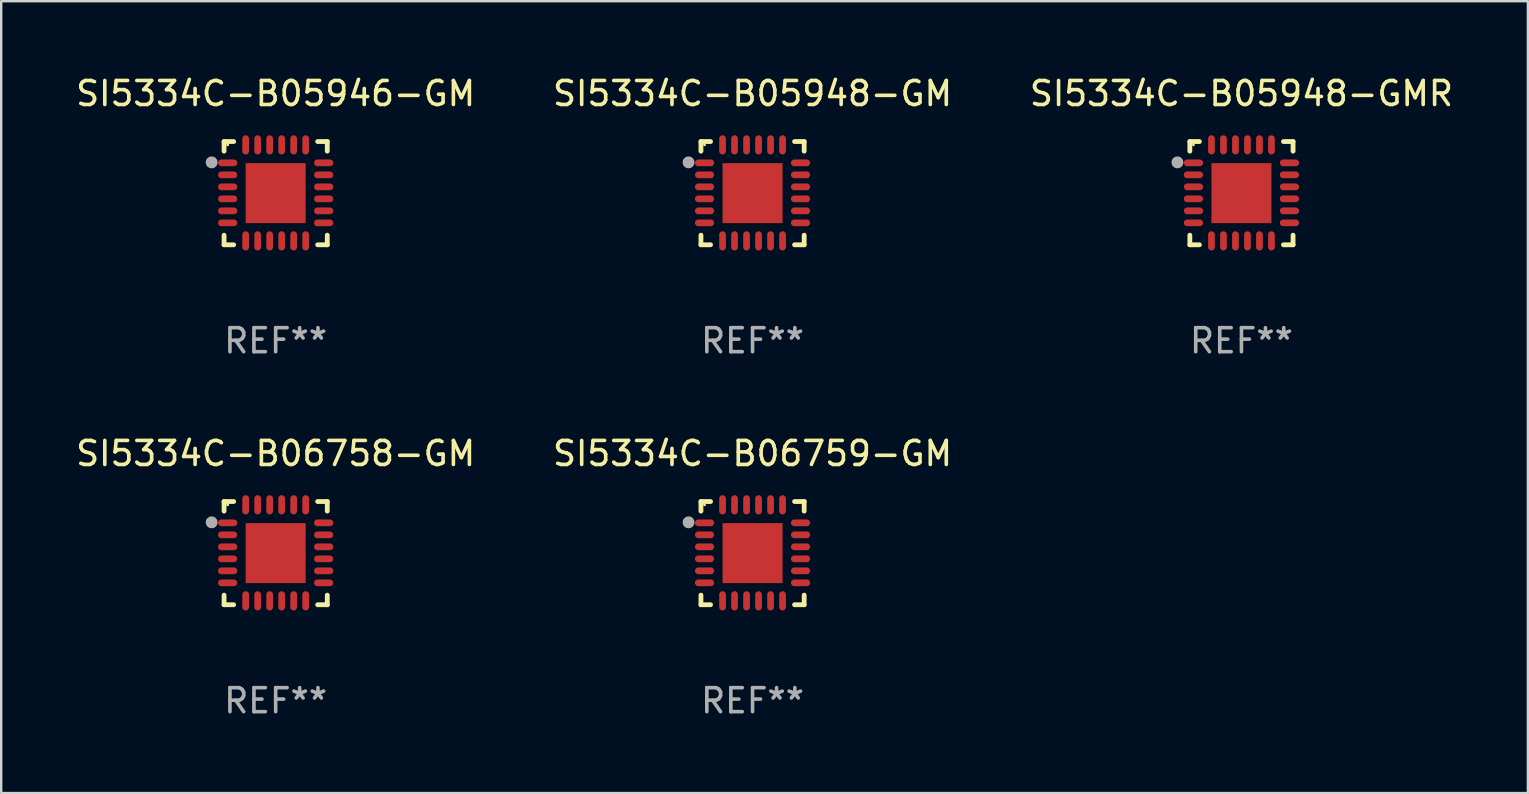
<source format=kicad_pcb>
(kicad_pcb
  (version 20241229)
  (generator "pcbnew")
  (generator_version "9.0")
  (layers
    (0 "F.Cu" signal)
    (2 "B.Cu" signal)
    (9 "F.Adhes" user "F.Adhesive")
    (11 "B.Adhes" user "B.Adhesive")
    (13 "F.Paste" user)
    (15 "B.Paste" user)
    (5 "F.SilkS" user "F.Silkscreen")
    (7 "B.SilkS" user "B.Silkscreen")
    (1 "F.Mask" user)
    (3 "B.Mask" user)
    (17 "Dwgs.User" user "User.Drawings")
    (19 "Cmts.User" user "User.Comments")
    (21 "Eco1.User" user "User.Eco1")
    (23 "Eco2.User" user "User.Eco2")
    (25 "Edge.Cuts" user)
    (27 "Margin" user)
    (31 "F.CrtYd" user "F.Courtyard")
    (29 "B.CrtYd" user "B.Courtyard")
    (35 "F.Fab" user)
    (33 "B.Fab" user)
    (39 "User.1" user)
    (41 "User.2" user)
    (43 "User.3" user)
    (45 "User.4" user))
  (footprint "SI5334C-B05946-GM"
    (layer "F.Cu")
    (at 8.435 4.998)
    (property "Reference" "SI5334C-B05946-GM" (at 0 -4.15 0) (layer "F.SilkS") (effects (font (size 1 1) (thickness 0.15))))
    (attr through_hole)
    (fp_line (start -2.15 -2.15) (end -1.75 -2.15) (stroke (width 0.2) (type solid)) (layer "F.SilkS"))
    (fp_line (start -2.15 -1.75) (end -2.15 -2.15) (stroke (width 0.2) (type solid)) (layer "F.SilkS"))
    (fp_line (start -2.15 2.15) (end -2.15 1.75) (stroke (width 0.2) (type solid)) (layer "F.SilkS"))
    (fp_line (start -1.75 2.15) (end -2.15 2.15) (stroke (width 0.2) (type solid)) (layer "F.SilkS"))
    (fp_line (start 1.75 -2.15) (end 2.15 -2.15) (stroke (width 0.2) (type solid)) (layer "F.SilkS"))
    (fp_line (start 1.75 2.15) (end 2.15 2.15) (stroke (width 0.2) (type solid)) (layer "F.SilkS"))
    (fp_line (start 2.15 -2.15) (end 2.15 -1.75) (stroke (width 0.2) (type solid)) (layer "F.SilkS"))
    (fp_line (start 2.15 2.15) (end 2.15 1.75) (stroke (width 0.2) (type solid)) (layer "F.SilkS"))
    (fp_circle (center -2 -2.013) (end -1.97 -2.013) (stroke (width 0.06) (type solid)) (fill no) (layer "F.SilkS"))
    (fp_circle (center -2.667 -1.283) (end -2.542 -1.283) (stroke (width 0.25) (type solid)) (fill no) (layer "F.Fab"))
    (fp_text user "REF**" (at 0 6.15 0) (layer "F.Fab") (effects (font (size 1 1) (thickness 0.15))))
    (pad "1" smd oval (at -2 -1.263) (size 0.8 0.28) (layers "F.Cu" "F.Mask" "F.Paste"))
    (pad "2" smd oval (at -2 -0.763) (size 0.8 0.28) (layers "F.Cu" "F.Mask" "F.Paste"))
    (pad "3" smd oval (at -2 -0.263) (size 0.8 0.28) (layers "F.Cu" "F.Mask" "F.Paste"))
    (pad "4" smd oval (at -2 0.237) (size 0.8 0.28) (layers "F.Cu" "F.Mask" "F.Paste"))
    (pad "5" smd oval (at -2 0.737) (size 0.8 0.28) (layers "F.Cu" "F.Mask" "F.Paste"))
    (pad "6" smd oval (at -2 1.237) (size 0.8 0.28) (layers "F.Cu" "F.Mask" "F.Paste"))
    (pad "7" smd oval (at -1.25 1.987) (size 0.28 0.8) (layers "F.Cu" "F.Mask" "F.Paste"))
    (pad "8" smd oval (at -0.75 1.987) (size 0.28 0.8) (layers "F.Cu" "F.Mask" "F.Paste"))
    (pad "9" smd oval (at -0.25 1.987) (size 0.28 0.8) (layers "F.Cu" "F.Mask" "F.Paste"))
    (pad "10" smd oval (at 0.25 1.987) (size 0.28 0.8) (layers "F.Cu" "F.Mask" "F.Paste"))
    (pad "11" smd oval (at 0.75 1.987) (size 0.28 0.8) (layers "F.Cu" "F.Mask" "F.Paste"))
    (pad "12" smd oval (at 1.25 1.987) (size 0.28 0.8) (layers "F.Cu" "F.Mask" "F.Paste"))
    (pad "13" smd oval (at 2 1.237) (size 0.8 0.28) (layers "F.Cu" "F.Mask" "F.Paste"))
    (pad "14" smd oval (at 2 0.737) (size 0.8 0.28) (layers "F.Cu" "F.Mask" "F.Paste"))
    (pad "15" smd oval (at 2 0.237) (size 0.8 0.28) (layers "F.Cu" "F.Mask" "F.Paste"))
    (pad "16" smd oval (at 2 -0.263) (size 0.8 0.28) (layers "F.Cu" "F.Mask" "F.Paste"))
    (pad "17" smd oval (at 2 -0.763) (size 0.8 0.28) (layers "F.Cu" "F.Mask" "F.Paste"))
    (pad "18" smd oval (at 2 -1.263) (size 0.8 0.28) (layers "F.Cu" "F.Mask" "F.Paste"))
    (pad "19" smd oval (at 1.25 -2.013) (size 0.28 0.8) (layers "F.Cu" "F.Mask" "F.Paste"))
    (pad "20" smd oval (at 0.75 -2.013) (size 0.28 0.8) (layers "F.Cu" "F.Mask" "F.Paste"))
    (pad "21" smd oval (at 0.25 -2.013) (size 0.28 0.8) (layers "F.Cu" "F.Mask" "F.Paste"))
    (pad "22" smd oval (at -0.25 -2.013) (size 0.28 0.8) (layers "F.Cu" "F.Mask" "F.Paste"))
    (pad "23" smd oval (at -0.75 -2.013) (size 0.28 0.8) (layers "F.Cu" "F.Mask" "F.Paste"))
    (pad "24" smd oval (at -1.25 -2.013) (size 0.28 0.8) (layers "F.Cu" "F.Mask" "F.Paste"))
    (pad "25" smd rect (at -0.000127 -0.00014) (size 2.5 2.5) (layers "F.Cu" "F.Mask" "F.Paste")))
  (footprint "SI5334C-B06758-GM"
    (layer "F.Cu")
    (at 8.435 19.995)
    (property "Reference" "SI5334C-B06758-GM" (at 0 -4.15 0) (layer "F.SilkS") (effects (font (size 1 1) (thickness 0.15))))
    (attr through_hole)
    (fp_line (start -2.15 -2.15) (end -1.75 -2.15) (stroke (width 0.2) (type solid)) (layer "F.SilkS"))
    (fp_line (start -2.15 -1.75) (end -2.15 -2.15) (stroke (width 0.2) (type solid)) (layer "F.SilkS"))
    (fp_line (start -2.15 2.15) (end -2.15 1.75) (stroke (width 0.2) (type solid)) (layer "F.SilkS"))
    (fp_line (start -1.75 2.15) (end -2.15 2.15) (stroke (width 0.2) (type solid)) (layer "F.SilkS"))
    (fp_line (start 1.75 -2.15) (end 2.15 -2.15) (stroke (width 0.2) (type solid)) (layer "F.SilkS"))
    (fp_line (start 1.75 2.15) (end 2.15 2.15) (stroke (width 0.2) (type solid)) (layer "F.SilkS"))
    (fp_line (start 2.15 -2.15) (end 2.15 -1.75) (stroke (width 0.2) (type solid)) (layer "F.SilkS"))
    (fp_line (start 2.15 2.15) (end 2.15 1.75) (stroke (width 0.2) (type solid)) (layer "F.SilkS"))
    (fp_circle (center -2 -2.013) (end -1.97 -2.013) (stroke (width 0.06) (type solid)) (fill no) (layer "F.SilkS"))
    (fp_circle (center -2.667 -1.283) (end -2.542 -1.283) (stroke (width 0.25) (type solid)) (fill no) (layer "F.Fab"))
    (fp_text user "REF**" (at 0 6.15 0) (layer "F.Fab") (effects (font (size 1 1) (thickness 0.15))))
    (pad "1" smd oval (at -2 -1.263) (size 0.8 0.28) (layers "F.Cu" "F.Mask" "F.Paste"))
    (pad "2" smd oval (at -2 -0.763) (size 0.8 0.28) (layers "F.Cu" "F.Mask" "F.Paste"))
    (pad "3" smd oval (at -2 -0.263) (size 0.8 0.28) (layers "F.Cu" "F.Mask" "F.Paste"))
    (pad "4" smd oval (at -2 0.237) (size 0.8 0.28) (layers "F.Cu" "F.Mask" "F.Paste"))
    (pad "5" smd oval (at -2 0.737) (size 0.8 0.28) (layers "F.Cu" "F.Mask" "F.Paste"))
    (pad "6" smd oval (at -2 1.237) (size 0.8 0.28) (layers "F.Cu" "F.Mask" "F.Paste"))
    (pad "7" smd oval (at -1.25 1.987) (size 0.28 0.8) (layers "F.Cu" "F.Mask" "F.Paste"))
    (pad "8" smd oval (at -0.75 1.987) (size 0.28 0.8) (layers "F.Cu" "F.Mask" "F.Paste"))
    (pad "9" smd oval (at -0.25 1.987) (size 0.28 0.8) (layers "F.Cu" "F.Mask" "F.Paste"))
    (pad "10" smd oval (at 0.25 1.987) (size 0.28 0.8) (layers "F.Cu" "F.Mask" "F.Paste"))
    (pad "11" smd oval (at 0.75 1.987) (size 0.28 0.8) (layers "F.Cu" "F.Mask" "F.Paste"))
    (pad "12" smd oval (at 1.25 1.987) (size 0.28 0.8) (layers "F.Cu" "F.Mask" "F.Paste"))
    (pad "13" smd oval (at 2 1.237) (size 0.8 0.28) (layers "F.Cu" "F.Mask" "F.Paste"))
    (pad "14" smd oval (at 2 0.737) (size 0.8 0.28) (layers "F.Cu" "F.Mask" "F.Paste"))
    (pad "15" smd oval (at 2 0.237) (size 0.8 0.28) (layers "F.Cu" "F.Mask" "F.Paste"))
    (pad "16" smd oval (at 2 -0.263) (size 0.8 0.28) (layers "F.Cu" "F.Mask" "F.Paste"))
    (pad "17" smd oval (at 2 -0.763) (size 0.8 0.28) (layers "F.Cu" "F.Mask" "F.Paste"))
    (pad "18" smd oval (at 2 -1.263) (size 0.8 0.28) (layers "F.Cu" "F.Mask" "F.Paste"))
    (pad "19" smd oval (at 1.25 -2.013) (size 0.28 0.8) (layers "F.Cu" "F.Mask" "F.Paste"))
    (pad "20" smd oval (at 0.75 -2.013) (size 0.28 0.8) (layers "F.Cu" "F.Mask" "F.Paste"))
    (pad "21" smd oval (at 0.25 -2.013) (size 0.28 0.8) (layers "F.Cu" "F.Mask" "F.Paste"))
    (pad "22" smd oval (at -0.25 -2.013) (size 0.28 0.8) (layers "F.Cu" "F.Mask" "F.Paste"))
    (pad "23" smd oval (at -0.75 -2.013) (size 0.28 0.8) (layers "F.Cu" "F.Mask" "F.Paste"))
    (pad "24" smd oval (at -1.25 -2.013) (size 0.28 0.8) (layers "F.Cu" "F.Mask" "F.Paste"))
    (pad "25" smd rect (at -0.000127 -0.00014) (size 2.5 2.5) (layers "F.Cu" "F.Mask" "F.Paste")))
  (footprint "SI5334C-B05948-GM"
    (layer "F.Cu")
    (at 28.304 4.998)
    (property "Reference" "SI5334C-B05948-GM" (at 0 -4.15 0) (layer "F.SilkS") (effects (font (size 1 1) (thickness 0.15))))
    (attr through_hole)
    (fp_line (start -2.15 -2.15) (end -1.75 -2.15) (stroke (width 0.2) (type solid)) (layer "F.SilkS"))
    (fp_line (start -2.15 -1.75) (end -2.15 -2.15) (stroke (width 0.2) (type solid)) (layer "F.SilkS"))
    (fp_line (start -2.15 2.15) (end -2.15 1.75) (stroke (width 0.2) (type solid)) (layer "F.SilkS"))
    (fp_line (start -1.75 2.15) (end -2.15 2.15) (stroke (width 0.2) (type solid)) (layer "F.SilkS"))
    (fp_line (start 1.75 -2.15) (end 2.15 -2.15) (stroke (width 0.2) (type solid)) (layer "F.SilkS"))
    (fp_line (start 1.75 2.15) (end 2.15 2.15) (stroke (width 0.2) (type solid)) (layer "F.SilkS"))
    (fp_line (start 2.15 -2.15) (end 2.15 -1.75) (stroke (width 0.2) (type solid)) (layer "F.SilkS"))
    (fp_line (start 2.15 2.15) (end 2.15 1.75) (stroke (width 0.2) (type solid)) (layer "F.SilkS"))
    (fp_circle (center -2 -2.013) (end -1.97 -2.013) (stroke (width 0.06) (type solid)) (fill no) (layer "F.SilkS"))
    (fp_circle (center -2.667 -1.283) (end -2.542 -1.283) (stroke (width 0.25) (type solid)) (fill no) (layer "F.Fab"))
    (fp_text user "REF**" (at 0 6.15 0) (layer "F.Fab") (effects (font (size 1 1) (thickness 0.15))))
    (pad "1" smd oval (at -2 -1.263) (size 0.8 0.28) (layers "F.Cu" "F.Mask" "F.Paste"))
    (pad "2" smd oval (at -2 -0.763) (size 0.8 0.28) (layers "F.Cu" "F.Mask" "F.Paste"))
    (pad "3" smd oval (at -2 -0.263) (size 0.8 0.28) (layers "F.Cu" "F.Mask" "F.Paste"))
    (pad "4" smd oval (at -2 0.237) (size 0.8 0.28) (layers "F.Cu" "F.Mask" "F.Paste"))
    (pad "5" smd oval (at -2 0.737) (size 0.8 0.28) (layers "F.Cu" "F.Mask" "F.Paste"))
    (pad "6" smd oval (at -2 1.237) (size 0.8 0.28) (layers "F.Cu" "F.Mask" "F.Paste"))
    (pad "7" smd oval (at -1.25 1.987) (size 0.28 0.8) (layers "F.Cu" "F.Mask" "F.Paste"))
    (pad "8" smd oval (at -0.75 1.987) (size 0.28 0.8) (layers "F.Cu" "F.Mask" "F.Paste"))
    (pad "9" smd oval (at -0.25 1.987) (size 0.28 0.8) (layers "F.Cu" "F.Mask" "F.Paste"))
    (pad "10" smd oval (at 0.25 1.987) (size 0.28 0.8) (layers "F.Cu" "F.Mask" "F.Paste"))
    (pad "11" smd oval (at 0.75 1.987) (size 0.28 0.8) (layers "F.Cu" "F.Mask" "F.Paste"))
    (pad "12" smd oval (at 1.25 1.987) (size 0.28 0.8) (layers "F.Cu" "F.Mask" "F.Paste"))
    (pad "13" smd oval (at 2 1.237) (size 0.8 0.28) (layers "F.Cu" "F.Mask" "F.Paste"))
    (pad "14" smd oval (at 2 0.737) (size 0.8 0.28) (layers "F.Cu" "F.Mask" "F.Paste"))
    (pad "15" smd oval (at 2 0.237) (size 0.8 0.28) (layers "F.Cu" "F.Mask" "F.Paste"))
    (pad "16" smd oval (at 2 -0.263) (size 0.8 0.28) (layers "F.Cu" "F.Mask" "F.Paste"))
    (pad "17" smd oval (at 2 -0.763) (size 0.8 0.28) (layers "F.Cu" "F.Mask" "F.Paste"))
    (pad "18" smd oval (at 2 -1.263) (size 0.8 0.28) (layers "F.Cu" "F.Mask" "F.Paste"))
    (pad "19" smd oval (at 1.25 -2.013) (size 0.28 0.8) (layers "F.Cu" "F.Mask" "F.Paste"))
    (pad "20" smd oval (at 0.75 -2.013) (size 0.28 0.8) (layers "F.Cu" "F.Mask" "F.Paste"))
    (pad "21" smd oval (at 0.25 -2.013) (size 0.28 0.8) (layers "F.Cu" "F.Mask" "F.Paste"))
    (pad "22" smd oval (at -0.25 -2.013) (size 0.28 0.8) (layers "F.Cu" "F.Mask" "F.Paste"))
    (pad "23" smd oval (at -0.75 -2.013) (size 0.28 0.8) (layers "F.Cu" "F.Mask" "F.Paste"))
    (pad "24" smd oval (at -1.25 -2.013) (size 0.28 0.8) (layers "F.Cu" "F.Mask" "F.Paste"))
    (pad "25" smd rect (at -0.000127 -0.00014) (size 2.5 2.5) (layers "F.Cu" "F.Mask" "F.Paste")))
  (footprint "SI5334C-B05948-GMR"
    (layer "F.Cu")
    (at 48.673 4.998)
    (property "Reference" "SI5334C-B05948-GMR" (at 0 -4.15 0) (layer "F.SilkS") (effects (font (size 1 1) (thickness 0.15))))
    (attr through_hole)
    (fp_line (start -2.15 -2.15) (end -1.75 -2.15) (stroke (width 0.2) (type solid)) (layer "F.SilkS"))
    (fp_line (start -2.15 -1.75) (end -2.15 -2.15) (stroke (width 0.2) (type solid)) (layer "F.SilkS"))
    (fp_line (start -2.15 2.15) (end -2.15 1.75) (stroke (width 0.2) (type solid)) (layer "F.SilkS"))
    (fp_line (start -1.75 2.15) (end -2.15 2.15) (stroke (width 0.2) (type solid)) (layer "F.SilkS"))
    (fp_line (start 1.75 -2.15) (end 2.15 -2.15) (stroke (width 0.2) (type solid)) (layer "F.SilkS"))
    (fp_line (start 1.75 2.15) (end 2.15 2.15) (stroke (width 0.2) (type solid)) (layer "F.SilkS"))
    (fp_line (start 2.15 -2.15) (end 2.15 -1.75) (stroke (width 0.2) (type solid)) (layer "F.SilkS"))
    (fp_line (start 2.15 2.15) (end 2.15 1.75) (stroke (width 0.2) (type solid)) (layer "F.SilkS"))
    (fp_circle (center -2 -2.013) (end -1.97 -2.013) (stroke (width 0.06) (type solid)) (fill no) (layer "F.SilkS"))
    (fp_circle (center -2.667 -1.283) (end -2.542 -1.283) (stroke (width 0.25) (type solid)) (fill no) (layer "F.Fab"))
    (fp_text user "REF**" (at 0 6.15 0) (layer "F.Fab") (effects (font (size 1 1) (thickness 0.15))))
    (pad "1" smd oval (at -2 -1.263) (size 0.8 0.28) (layers "F.Cu" "F.Mask" "F.Paste"))
    (pad "2" smd oval (at -2 -0.763) (size 0.8 0.28) (layers "F.Cu" "F.Mask" "F.Paste"))
    (pad "3" smd oval (at -2 -0.263) (size 0.8 0.28) (layers "F.Cu" "F.Mask" "F.Paste"))
    (pad "4" smd oval (at -2 0.237) (size 0.8 0.28) (layers "F.Cu" "F.Mask" "F.Paste"))
    (pad "5" smd oval (at -2 0.737) (size 0.8 0.28) (layers "F.Cu" "F.Mask" "F.Paste"))
    (pad "6" smd oval (at -2 1.237) (size 0.8 0.28) (layers "F.Cu" "F.Mask" "F.Paste"))
    (pad "7" smd oval (at -1.25 1.987) (size 0.28 0.8) (layers "F.Cu" "F.Mask" "F.Paste"))
    (pad "8" smd oval (at -0.75 1.987) (size 0.28 0.8) (layers "F.Cu" "F.Mask" "F.Paste"))
    (pad "9" smd oval (at -0.25 1.987) (size 0.28 0.8) (layers "F.Cu" "F.Mask" "F.Paste"))
    (pad "10" smd oval (at 0.25 1.987) (size 0.28 0.8) (layers "F.Cu" "F.Mask" "F.Paste"))
    (pad "11" smd oval (at 0.75 1.987) (size 0.28 0.8) (layers "F.Cu" "F.Mask" "F.Paste"))
    (pad "12" smd oval (at 1.25 1.987) (size 0.28 0.8) (layers "F.Cu" "F.Mask" "F.Paste"))
    (pad "13" smd oval (at 2 1.237) (size 0.8 0.28) (layers "F.Cu" "F.Mask" "F.Paste"))
    (pad "14" smd oval (at 2 0.737) (size 0.8 0.28) (layers "F.Cu" "F.Mask" "F.Paste"))
    (pad "15" smd oval (at 2 0.237) (size 0.8 0.28) (layers "F.Cu" "F.Mask" "F.Paste"))
    (pad "16" smd oval (at 2 -0.263) (size 0.8 0.28) (layers "F.Cu" "F.Mask" "F.Paste"))
    (pad "17" smd oval (at 2 -0.763) (size 0.8 0.28) (layers "F.Cu" "F.Mask" "F.Paste"))
    (pad "18" smd oval (at 2 -1.263) (size 0.8 0.28) (layers "F.Cu" "F.Mask" "F.Paste"))
    (pad "19" smd oval (at 1.25 -2.013) (size 0.28 0.8) (layers "F.Cu" "F.Mask" "F.Paste"))
    (pad "20" smd oval (at 0.75 -2.013) (size 0.28 0.8) (layers "F.Cu" "F.Mask" "F.Paste"))
    (pad "21" smd oval (at 0.25 -2.013) (size 0.28 0.8) (layers "F.Cu" "F.Mask" "F.Paste"))
    (pad "22" smd oval (at -0.25 -2.013) (size 0.28 0.8) (layers "F.Cu" "F.Mask" "F.Paste"))
    (pad "23" smd oval (at -0.75 -2.013) (size 0.28 0.8) (layers "F.Cu" "F.Mask" "F.Paste"))
    (pad "24" smd oval (at -1.25 -2.013) (size 0.28 0.8) (layers "F.Cu" "F.Mask" "F.Paste"))
    (pad "25" smd rect (at -0.000127 -0.00014) (size 2.5 2.5) (layers "F.Cu" "F.Mask" "F.Paste")))
  (footprint "SI5334C-B06759-GM"
    (layer "F.Cu")
    (at 28.304 19.995)
    (property "Reference" "SI5334C-B06759-GM" (at 0 -4.15 0) (layer "F.SilkS") (effects (font (size 1 1) (thickness 0.15))))
    (attr through_hole)
    (fp_line (start -2.15 -2.15) (end -1.75 -2.15) (stroke (width 0.2) (type solid)) (layer "F.SilkS"))
    (fp_line (start -2.15 -1.75) (end -2.15 -2.15) (stroke (width 0.2) (type solid)) (layer "F.SilkS"))
    (fp_line (start -2.15 2.15) (end -2.15 1.75) (stroke (width 0.2) (type solid)) (layer "F.SilkS"))
    (fp_line (start -1.75 2.15) (end -2.15 2.15) (stroke (width 0.2) (type solid)) (layer "F.SilkS"))
    (fp_line (start 1.75 -2.15) (end 2.15 -2.15) (stroke (width 0.2) (type solid)) (layer "F.SilkS"))
    (fp_line (start 1.75 2.15) (end 2.15 2.15) (stroke (width 0.2) (type solid)) (layer "F.SilkS"))
    (fp_line (start 2.15 -2.15) (end 2.15 -1.75) (stroke (width 0.2) (type solid)) (layer "F.SilkS"))
    (fp_line (start 2.15 2.15) (end 2.15 1.75) (stroke (width 0.2) (type solid)) (layer "F.SilkS"))
    (fp_circle (center -2 -2.013) (end -1.97 -2.013) (stroke (width 0.06) (type solid)) (fill no) (layer "F.SilkS"))
    (fp_circle (center -2.667 -1.283) (end -2.542 -1.283) (stroke (width 0.25) (type solid)) (fill no) (layer "F.Fab"))
    (fp_text user "REF**" (at 0 6.15 0) (layer "F.Fab") (effects (font (size 1 1) (thickness 0.15))))
    (pad "1" smd oval (at -2 -1.263) (size 0.8 0.28) (layers "F.Cu" "F.Mask" "F.Paste"))
    (pad "2" smd oval (at -2 -0.763) (size 0.8 0.28) (layers "F.Cu" "F.Mask" "F.Paste"))
    (pad "3" smd oval (at -2 -0.263) (size 0.8 0.28) (layers "F.Cu" "F.Mask" "F.Paste"))
    (pad "4" smd oval (at -2 0.237) (size 0.8 0.28) (layers "F.Cu" "F.Mask" "F.Paste"))
    (pad "5" smd oval (at -2 0.737) (size 0.8 0.28) (layers "F.Cu" "F.Mask" "F.Paste"))
    (pad "6" smd oval (at -2 1.237) (size 0.8 0.28) (layers "F.Cu" "F.Mask" "F.Paste"))
    (pad "7" smd oval (at -1.25 1.987) (size 0.28 0.8) (layers "F.Cu" "F.Mask" "F.Paste"))
    (pad "8" smd oval (at -0.75 1.987) (size 0.28 0.8) (layers "F.Cu" "F.Mask" "F.Paste"))
    (pad "9" smd oval (at -0.25 1.987) (size 0.28 0.8) (layers "F.Cu" "F.Mask" "F.Paste"))
    (pad "10" smd oval (at 0.25 1.987) (size 0.28 0.8) (layers "F.Cu" "F.Mask" "F.Paste"))
    (pad "11" smd oval (at 0.75 1.987) (size 0.28 0.8) (layers "F.Cu" "F.Mask" "F.Paste"))
    (pad "12" smd oval (at 1.25 1.987) (size 0.28 0.8) (layers "F.Cu" "F.Mask" "F.Paste"))
    (pad "13" smd oval (at 2 1.237) (size 0.8 0.28) (layers "F.Cu" "F.Mask" "F.Paste"))
    (pad "14" smd oval (at 2 0.737) (size 0.8 0.28) (layers "F.Cu" "F.Mask" "F.Paste"))
    (pad "15" smd oval (at 2 0.237) (size 0.8 0.28) (layers "F.Cu" "F.Mask" "F.Paste"))
    (pad "16" smd oval (at 2 -0.263) (size 0.8 0.28) (layers "F.Cu" "F.Mask" "F.Paste"))
    (pad "17" smd oval (at 2 -0.763) (size 0.8 0.28) (layers "F.Cu" "F.Mask" "F.Paste"))
    (pad "18" smd oval (at 2 -1.263) (size 0.8 0.28) (layers "F.Cu" "F.Mask" "F.Paste"))
    (pad "19" smd oval (at 1.25 -2.013) (size 0.28 0.8) (layers "F.Cu" "F.Mask" "F.Paste"))
    (pad "20" smd oval (at 0.75 -2.013) (size 0.28 0.8) (layers "F.Cu" "F.Mask" "F.Paste"))
    (pad "21" smd oval (at 0.25 -2.013) (size 0.28 0.8) (layers "F.Cu" "F.Mask" "F.Paste"))
    (pad "22" smd oval (at -0.25 -2.013) (size 0.28 0.8) (layers "F.Cu" "F.Mask" "F.Paste"))
    (pad "23" smd oval (at -0.75 -2.013) (size 0.28 0.8) (layers "F.Cu" "F.Mask" "F.Paste"))
    (pad "24" smd oval (at -1.25 -2.013) (size 0.28 0.8) (layers "F.Cu" "F.Mask" "F.Paste"))
    (pad "25" smd rect (at -0.000127 -0.00014) (size 2.5 2.5) (layers "F.Cu" "F.Mask" "F.Paste")))
  (gr_rect
    (start -3 -3)
    (end 60.607 29.993)
    (stroke (width 0.1) (type default))
    (fill no)
    (layer "Edge.Cuts")))
</source>
